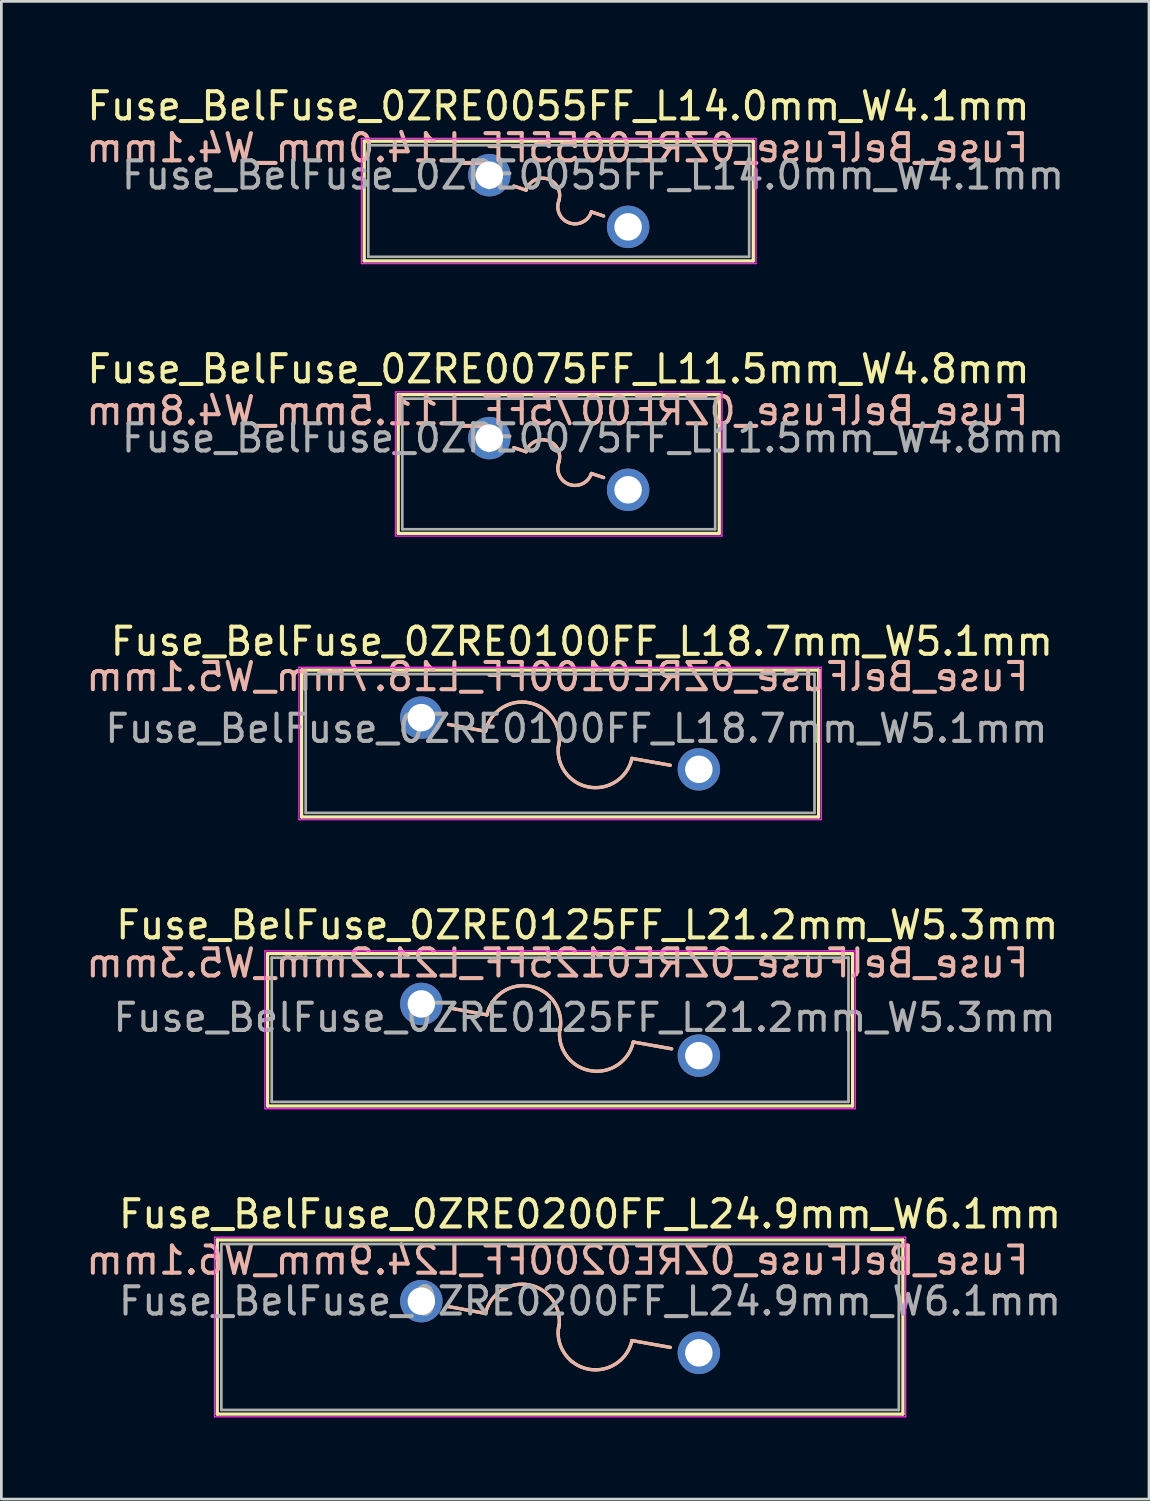
<source format=kicad_pcb>
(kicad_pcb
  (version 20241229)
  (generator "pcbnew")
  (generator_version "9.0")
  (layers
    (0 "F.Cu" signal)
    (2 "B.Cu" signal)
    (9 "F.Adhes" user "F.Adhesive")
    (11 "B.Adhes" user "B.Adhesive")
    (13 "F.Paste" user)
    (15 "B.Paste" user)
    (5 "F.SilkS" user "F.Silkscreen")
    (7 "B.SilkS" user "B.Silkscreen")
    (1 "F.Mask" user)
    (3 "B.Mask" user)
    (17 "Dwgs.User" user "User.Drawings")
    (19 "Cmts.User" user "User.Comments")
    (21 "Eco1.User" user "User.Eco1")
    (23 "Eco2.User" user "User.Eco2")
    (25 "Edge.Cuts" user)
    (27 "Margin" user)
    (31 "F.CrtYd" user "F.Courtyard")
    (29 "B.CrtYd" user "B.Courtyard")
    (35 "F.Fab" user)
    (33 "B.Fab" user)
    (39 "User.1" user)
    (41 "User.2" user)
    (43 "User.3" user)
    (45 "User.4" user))
  (footprint "Fuse_BelFuse_0ZRE0200FF_L24.9mm_W6.1mm"
    (layer "F.Cu")
    (at 12.435 44.771)
    (property "Reference" "Fuse_BelFuse_0ZRE0200FF_L24.9mm_W6.1mm" (at 6.2 -3.2 0) (layer "F.SilkS") (effects (font (size 1 1) (thickness 0.15))))
    (fp_line (start -7.5 -2.25) (end -7.5 4.15) (stroke (width 0.12) (type solid)) (layer "F.SilkS"))
    (fp_line (start -7.5 -2.25) (end 17.7 -2.25) (stroke (width 0.12) (type solid)) (layer "F.SilkS"))
    (fp_line (start -7.5 4.15) (end 17.7 4.15) (stroke (width 0.12) (type solid)) (layer "F.SilkS"))
    (fp_line (start 1 0.2) (end 2.36 0.452) (stroke (width 0.12) (type solid)) (layer "F.SilkS"))
    (fp_line (start 7.74 1.448) (end 9.15 1.7) (stroke (width 0.12) (type solid)) (layer "F.SilkS"))
    (fp_line (start 17.7 -2.25) (end 17.7 4.15) (stroke (width 0.12) (type solid)) (layer "F.SilkS"))
    (fp_arc (start 2.359742 0.452167) (mid 3.97396 -0.59534) (end 5.049999 1) (stroke (width 0.12) (type solid)) (layer "F.SilkS"))
    (fp_arc (start 7.740258 1.447834) (mid 6.12604 2.495341) (end 5.050001 0.900001) (stroke (width 0.12) (type solid)) (layer "F.SilkS"))
    (fp_line (start 1 0.2) (end 2.36 0.452) (stroke (width 0.12) (type solid)) (layer "B.SilkS"))
    (fp_line (start 7.74 1.448) (end 9.15 1.7) (stroke (width 0.12) (type solid)) (layer "B.SilkS"))
    (fp_arc (start 2.359739 0.452167) (mid 3.974046 -0.595772) (end 5.049999 1) (stroke (width 0.12) (type solid)) (layer "B.SilkS"))
    (fp_arc (start 7.740261 1.447834) (mid 6.125954 2.495773) (end 5.050001 0.900001) (stroke (width 0.12) (type solid)) (layer "B.SilkS"))
    (fp_line (start -7.6 -2.35) (end -7.6 4.25) (stroke (width 0.05) (type solid)) (layer "F.CrtYd"))
    (fp_line (start -7.6 -2.35) (end 17.8 -2.35) (stroke (width 0.05) (type solid)) (layer "F.CrtYd"))
    (fp_line (start -7.6 4.25) (end 17.8 4.25) (stroke (width 0.05) (type solid)) (layer "F.CrtYd"))
    (fp_line (start 17.8 -2.35) (end 17.8 4.25) (stroke (width 0.05) (type solid)) (layer "F.CrtYd"))
    (fp_line (start -7.35 -2.1) (end -7.35 4) (stroke (width 0.1) (type solid)) (layer "F.Fab"))
    (fp_line (start -7.35 -2.1) (end 17.55 -2.1) (stroke (width 0.1) (type solid)) (layer "F.Fab"))
    (fp_line (start -7.35 4) (end 17.55 4) (stroke (width 0.1) (type solid)) (layer "F.Fab"))
    (fp_line (start 17.55 -2.1) (end 17.55 4) (stroke (width 0.1) (type solid)) (layer "F.Fab"))
    (fp_text user "${REFERENCE}" (at 5 -1.5 0) (layer "B.SilkS") (effects (font (size 1 1) (thickness 0.15)) (justify mirror)))
    (fp_text user "${REFERENCE}" (at 6.2 0 0) (layer "F.Fab") (effects (font (size 1 1) (thickness 0.15))))
    (pad "1" thru_hole circle (at 0 0) (size 1.56 1.56) (drill 1.01) (layers "*.Cu" "*.Mask"))
    (pad "2" thru_hole circle (at 10.2 1.9) (size 1.56 1.56) (drill 1.01) (layers "*.Cu" "*.Mask")))
  (footprint "Fuse_BelFuse_0ZRE0125FF_L21.2mm_W5.3mm"
    (layer "F.Cu")
    (at 12.435 33.848)
    (property "Reference" "Fuse_BelFuse_0ZRE0125FF_L21.2mm_W5.3mm" (at 6.1 -2.9 0) (layer "F.SilkS") (effects (font (size 1 1) (thickness 0.15))))
    (fp_line (start -5.65 -1.85) (end -5.65 3.75) (stroke (width 0.12) (type solid)) (layer "F.SilkS"))
    (fp_line (start -5.65 -1.85) (end 15.85 -1.85) (stroke (width 0.12) (type solid)) (layer "F.SilkS"))
    (fp_line (start -5.65 3.75) (end 15.85 3.75) (stroke (width 0.12) (type solid)) (layer "F.SilkS"))
    (fp_line (start 1.05 0.15) (end 2.41 0.402) (stroke (width 0.12) (type solid)) (layer "F.SilkS"))
    (fp_line (start 7.79 1.398) (end 9.2 1.65) (stroke (width 0.12) (type solid)) (layer "F.SilkS"))
    (fp_line (start 15.85 -1.85) (end 15.85 3.75) (stroke (width 0.12) (type solid)) (layer "F.SilkS"))
    (fp_arc (start 2.409742 0.402167) (mid 4.02396 -0.64534) (end 5.099999 0.95) (stroke (width 0.12) (type solid)) (layer "F.SilkS"))
    (fp_arc (start 7.790258 1.397834) (mid 6.17604 2.445341) (end 5.100001 0.850001) (stroke (width 0.12) (type solid)) (layer "F.SilkS"))
    (fp_line (start 1.05 0.15) (end 2.41 0.402) (stroke (width 0.12) (type solid)) (layer "B.SilkS"))
    (fp_line (start 7.79 1.398) (end 9.2 1.65) (stroke (width 0.12) (type solid)) (layer "B.SilkS"))
    (fp_arc (start 2.409739 0.402167) (mid 4.024046 -0.645772) (end 5.099999 0.95) (stroke (width 0.12) (type solid)) (layer "B.SilkS"))
    (fp_arc (start 7.790261 1.397834) (mid 6.175954 2.445773) (end 5.100001 0.850001) (stroke (width 0.12) (type solid)) (layer "B.SilkS"))
    (fp_line (start -5.75 -1.95) (end -5.75 3.85) (stroke (width 0.05) (type solid)) (layer "F.CrtYd"))
    (fp_line (start -5.75 -1.95) (end 15.95 -1.95) (stroke (width 0.05) (type solid)) (layer "F.CrtYd"))
    (fp_line (start -5.75 3.85) (end 15.95 3.85) (stroke (width 0.05) (type solid)) (layer "F.CrtYd"))
    (fp_line (start 15.95 -1.95) (end 15.95 3.85) (stroke (width 0.05) (type solid)) (layer "F.CrtYd"))
    (fp_line (start -5.5 -1.7) (end -5.5 3.6) (stroke (width 0.1) (type solid)) (layer "F.Fab"))
    (fp_line (start -5.5 -1.7) (end 15.7 -1.7) (stroke (width 0.1) (type solid)) (layer "F.Fab"))
    (fp_line (start -5.5 3.6) (end 15.7 3.6) (stroke (width 0.1) (type solid)) (layer "F.Fab"))
    (fp_line (start 15.7 -1.7) (end 15.7 3.6) (stroke (width 0.1) (type solid)) (layer "F.Fab"))
    (fp_text user "${REFERENCE}" (at 5 -1.5 0) (layer "B.SilkS") (effects (font (size 1 1) (thickness 0.15)) (justify mirror)))
    (fp_text user "${REFERENCE}" (at 6 0.5 0) (layer "F.Fab") (effects (font (size 1 1) (thickness 0.15))))
    (pad "1" thru_hole circle (at 0 0) (size 1.56 1.56) (drill 1.01) (layers "*.Cu" "*.Mask"))
    (pad "2" thru_hole circle (at 10.2 1.9) (size 1.56 1.56) (drill 1.01) (layers "*.Cu" "*.Mask")))
  (footprint "Fuse_BelFuse_0ZRE0055FF_L14.0mm_W4.1mm"
    (layer "F.Cu")
    (at 14.935 3.388)
    (property "Reference" "Fuse_BelFuse_0ZRE0055FF_L14.0mm_W4.1mm" (at 2.54 -2.54 0) (layer "F.SilkS") (effects (font (size 1 1) (thickness 0.15))))
    (fp_line (start -4.6 -1.25) (end -4.6 3.15) (stroke (width 0.12) (type solid)) (layer "F.SilkS"))
    (fp_line (start -4.6 -1.25) (end 9.7 -1.25) (stroke (width 0.12) (type solid)) (layer "F.SilkS"))
    (fp_line (start -4.6 3.15) (end 9.7 3.15) (stroke (width 0.12) (type solid)) (layer "F.SilkS"))
    (fp_line (start 0.9 0.4) (end 1.35 0.55) (stroke (width 0.12) (type solid)) (layer "F.SilkS"))
    (fp_line (start 3.75 1.35) (end 4.2 1.5) (stroke (width 0.12) (type solid)) (layer "F.SilkS"))
    (fp_line (start 9.7 -1.25) (end 9.7 3.15) (stroke (width 0.12) (type solid)) (layer "F.SilkS"))
    (fp_arc (start 1.350003 0.550002) (mid 2.150001 0.150002) (end 2.550001 0.95) (stroke (width 0.12) (type solid)) (layer "F.SilkS"))
    (fp_arc (start 3.749999 1.349998) (mid 2.950001 1.749998) (end 2.550001 0.95) (stroke (width 0.12) (type solid)) (layer "F.SilkS"))
    (fp_line (start 0.9 0.4) (end 1.35 0.55) (stroke (width 0.12) (type solid)) (layer "B.SilkS"))
    (fp_line (start 3.75 1.35) (end 4.2 1.5) (stroke (width 0.12) (type solid)) (layer "B.SilkS"))
    (fp_arc (start 1.350003 0.550002) (mid 2.150001 0.150002) (end 2.550001 0.95) (stroke (width 0.12) (type solid)) (layer "B.SilkS"))
    (fp_arc (start 3.749999 1.349998) (mid 2.950001 1.749998) (end 2.550001 0.95) (stroke (width 0.12) (type solid)) (layer "B.SilkS"))
    (fp_line (start -4.7 -1.35) (end -4.7 3.25) (stroke (width 0.05) (type solid)) (layer "F.CrtYd"))
    (fp_line (start -4.7 -1.35) (end 9.8 -1.35) (stroke (width 0.05) (type solid)) (layer "F.CrtYd"))
    (fp_line (start -4.7 3.25) (end 9.8 3.25) (stroke (width 0.05) (type solid)) (layer "F.CrtYd"))
    (fp_line (start 9.8 -1.35) (end 9.8 3.25) (stroke (width 0.05) (type solid)) (layer "F.CrtYd"))
    (fp_line (start -4.45 -1.1) (end -4.45 3) (stroke (width 0.1) (type solid)) (layer "F.Fab"))
    (fp_line (start -4.45 -1.1) (end 9.55 -1.1) (stroke (width 0.1) (type solid)) (layer "F.Fab"))
    (fp_line (start -4.45 3) (end 9.55 3) (stroke (width 0.1) (type solid)) (layer "F.Fab"))
    (fp_line (start 9.55 -1.1) (end 9.55 3) (stroke (width 0.1) (type solid)) (layer "F.Fab"))
    (fp_text user "${REFERENCE}" (at 2.5 -1 0) (layer "B.SilkS") (effects (font (size 1 1) (thickness 0.15)) (justify mirror)))
    (fp_text user "${REFERENCE}" (at 3.81 0 0) (layer "F.Fab") (effects (font (size 1 1) (thickness 0.15))))
    (pad "1" thru_hole circle (at 0 0) (size 1.56 1.56) (drill 1.01) (layers "*.Cu" "*.Mask"))
    (pad "2" thru_hole circle (at 5.1 1.9) (size 1.56 1.56) (drill 1.01) (layers "*.Cu" "*.Mask")))
  (footprint "Fuse_BelFuse_0ZRE0100FF_L18.7mm_W5.1mm"
    (layer "F.Cu")
    (at 12.435 23.325)
    (property "Reference" "Fuse_BelFuse_0ZRE0100FF_L18.7mm_W5.1mm" (at 5.9 -2.8 0) (layer "F.SilkS") (effects (font (size 1 1) (thickness 0.15))))
    (fp_line (start -4.4 -1.75) (end -4.4 3.65) (stroke (width 0.12) (type solid)) (layer "F.SilkS"))
    (fp_line (start -4.4 -1.75) (end 14.6 -1.75) (stroke (width 0.12) (type solid)) (layer "F.SilkS"))
    (fp_line (start -4.4 3.65) (end 14.6 3.65) (stroke (width 0.12) (type solid)) (layer "F.SilkS"))
    (fp_line (start 1 0.25) (end 2.36 0.502) (stroke (width 0.12) (type solid)) (layer "F.SilkS"))
    (fp_line (start 7.74 1.498) (end 9.15 1.75) (stroke (width 0.12) (type solid)) (layer "F.SilkS"))
    (fp_line (start 14.6 -1.75) (end 14.6 3.65) (stroke (width 0.12) (type solid)) (layer "F.SilkS"))
    (fp_arc (start 2.359742 0.502167) (mid 3.97396 -0.54534) (end 5.049999 1.05) (stroke (width 0.12) (type solid)) (layer "F.SilkS"))
    (fp_arc (start 7.740258 1.497834) (mid 6.12604 2.545341) (end 5.050001 0.950001) (stroke (width 0.12) (type solid)) (layer "F.SilkS"))
    (fp_line (start 1 0.25) (end 2.36 0.502) (stroke (width 0.12) (type solid)) (layer "B.SilkS"))
    (fp_line (start 7.74 1.498) (end 9.15 1.75) (stroke (width 0.12) (type solid)) (layer "B.SilkS"))
    (fp_arc (start 2.359739 0.502167) (mid 3.974046 -0.545772) (end 5.049999 1.05) (stroke (width 0.12) (type solid)) (layer "B.SilkS"))
    (fp_arc (start 7.740261 1.497834) (mid 6.125954 2.545773) (end 5.050001 0.950001) (stroke (width 0.12) (type solid)) (layer "B.SilkS"))
    (fp_line (start -4.5 -1.85) (end -4.5 3.75) (stroke (width 0.05) (type solid)) (layer "F.CrtYd"))
    (fp_line (start -4.5 -1.85) (end 14.7 -1.85) (stroke (width 0.05) (type solid)) (layer "F.CrtYd"))
    (fp_line (start -4.5 3.75) (end 14.7 3.75) (stroke (width 0.05) (type solid)) (layer "F.CrtYd"))
    (fp_line (start 14.7 -1.85) (end 14.7 3.75) (stroke (width 0.05) (type solid)) (layer "F.CrtYd"))
    (fp_line (start -4.25 -1.6) (end -4.25 3.5) (stroke (width 0.1) (type solid)) (layer "F.Fab"))
    (fp_line (start -4.25 -1.6) (end 14.45 -1.6) (stroke (width 0.1) (type solid)) (layer "F.Fab"))
    (fp_line (start -4.25 3.5) (end 14.45 3.5) (stroke (width 0.1) (type solid)) (layer "F.Fab"))
    (fp_line (start 14.45 -1.6) (end 14.45 3.5) (stroke (width 0.1) (type solid)) (layer "F.Fab"))
    (fp_text user "${REFERENCE}" (at 5 -1.5 0) (layer "B.SilkS") (effects (font (size 1 1) (thickness 0.15)) (justify mirror)))
    (fp_text user "${REFERENCE}" (at 5.7 0.4 0) (layer "F.Fab") (effects (font (size 1 1) (thickness 0.15))))
    (pad "1" thru_hole circle (at 0 0) (size 1.56 1.56) (drill 1.01) (layers "*.Cu" "*.Mask"))
    (pad "2" thru_hole circle (at 10.2 1.9) (size 1.56 1.56) (drill 1.01) (layers "*.Cu" "*.Mask")))
  (footprint "Fuse_BelFuse_0ZRE0075FF_L11.5mm_W4.8mm"
    (layer "F.Cu")
    (at 14.935 13.052)
    (property "Reference" "Fuse_BelFuse_0ZRE0075FF_L11.5mm_W4.8mm" (at 2.54 -2.54 0) (layer "F.SilkS") (effects (font (size 1 1) (thickness 0.15))))
    (fp_line (start -3.35 -1.6) (end -3.35 3.5) (stroke (width 0.12) (type solid)) (layer "F.SilkS"))
    (fp_line (start -3.35 -1.6) (end 8.45 -1.6) (stroke (width 0.12) (type solid)) (layer "F.SilkS"))
    (fp_line (start -3.35 3.5) (end 8.45 3.5) (stroke (width 0.12) (type solid)) (layer "F.SilkS"))
    (fp_line (start 0.9 0.35) (end 1.35 0.5) (stroke (width 0.12) (type solid)) (layer "F.SilkS"))
    (fp_line (start 3.75 1.3) (end 4.2 1.45) (stroke (width 0.12) (type solid)) (layer "F.SilkS"))
    (fp_line (start 8.45 -1.6) (end 8.45 3.5) (stroke (width 0.12) (type solid)) (layer "F.SilkS"))
    (fp_arc (start 1.350003 0.500002) (mid 2.150001 0.100002) (end 2.550001 0.9) (stroke (width 0.12) (type solid)) (layer "F.SilkS"))
    (fp_arc (start 3.749999 1.299998) (mid 2.950001 1.699998) (end 2.550001 0.9) (stroke (width 0.12) (type solid)) (layer "F.SilkS"))
    (fp_line (start 0.9 0.35) (end 1.35 0.5) (stroke (width 0.12) (type solid)) (layer "B.SilkS"))
    (fp_line (start 3.75 1.3) (end 4.2 1.45) (stroke (width 0.12) (type solid)) (layer "B.SilkS"))
    (fp_arc (start 1.350003 0.500002) (mid 2.150001 0.100002) (end 2.550001 0.9) (stroke (width 0.12) (type solid)) (layer "B.SilkS"))
    (fp_arc (start 3.749999 1.299998) (mid 2.950001 1.699998) (end 2.550001 0.9) (stroke (width 0.12) (type solid)) (layer "B.SilkS"))
    (fp_line (start -3.45 -1.7) (end -3.45 3.6) (stroke (width 0.05) (type solid)) (layer "F.CrtYd"))
    (fp_line (start -3.45 -1.7) (end 8.55 -1.7) (stroke (width 0.05) (type solid)) (layer "F.CrtYd"))
    (fp_line (start -3.45 3.6) (end 8.55 3.6) (stroke (width 0.05) (type solid)) (layer "F.CrtYd"))
    (fp_line (start 8.55 -1.7) (end 8.55 3.6) (stroke (width 0.05) (type solid)) (layer "F.CrtYd"))
    (fp_line (start -3.2 -1.45) (end -3.2 3.35) (stroke (width 0.1) (type solid)) (layer "F.Fab"))
    (fp_line (start -3.2 -1.45) (end 8.3 -1.45) (stroke (width 0.1) (type solid)) (layer "F.Fab"))
    (fp_line (start -3.2 3.35) (end 8.3 3.35) (stroke (width 0.1) (type solid)) (layer "F.Fab"))
    (fp_line (start 8.3 -1.45) (end 8.3 3.35) (stroke (width 0.1) (type solid)) (layer "F.Fab"))
    (fp_text user "${REFERENCE}" (at 2.5 -1 0) (layer "B.SilkS") (effects (font (size 1 1) (thickness 0.15)) (justify mirror)))
    (fp_text user "${REFERENCE}" (at 3.81 0 0) (layer "F.Fab") (effects (font (size 1 1) (thickness 0.15))))
    (pad "1" thru_hole circle (at 0 0) (size 1.56 1.56) (drill 1.01) (layers "*.Cu" "*.Mask"))
    (pad "2" thru_hole circle (at 5.1 1.9) (size 1.56 1.56) (drill 1.01) (layers "*.Cu" "*.Mask")))
  (gr_rect
    (start -3 -3)
    (end 39.179 52.046)
    (stroke (width 0.1) (type default))
    (fill no)
    (layer "Edge.Cuts")))
</source>
